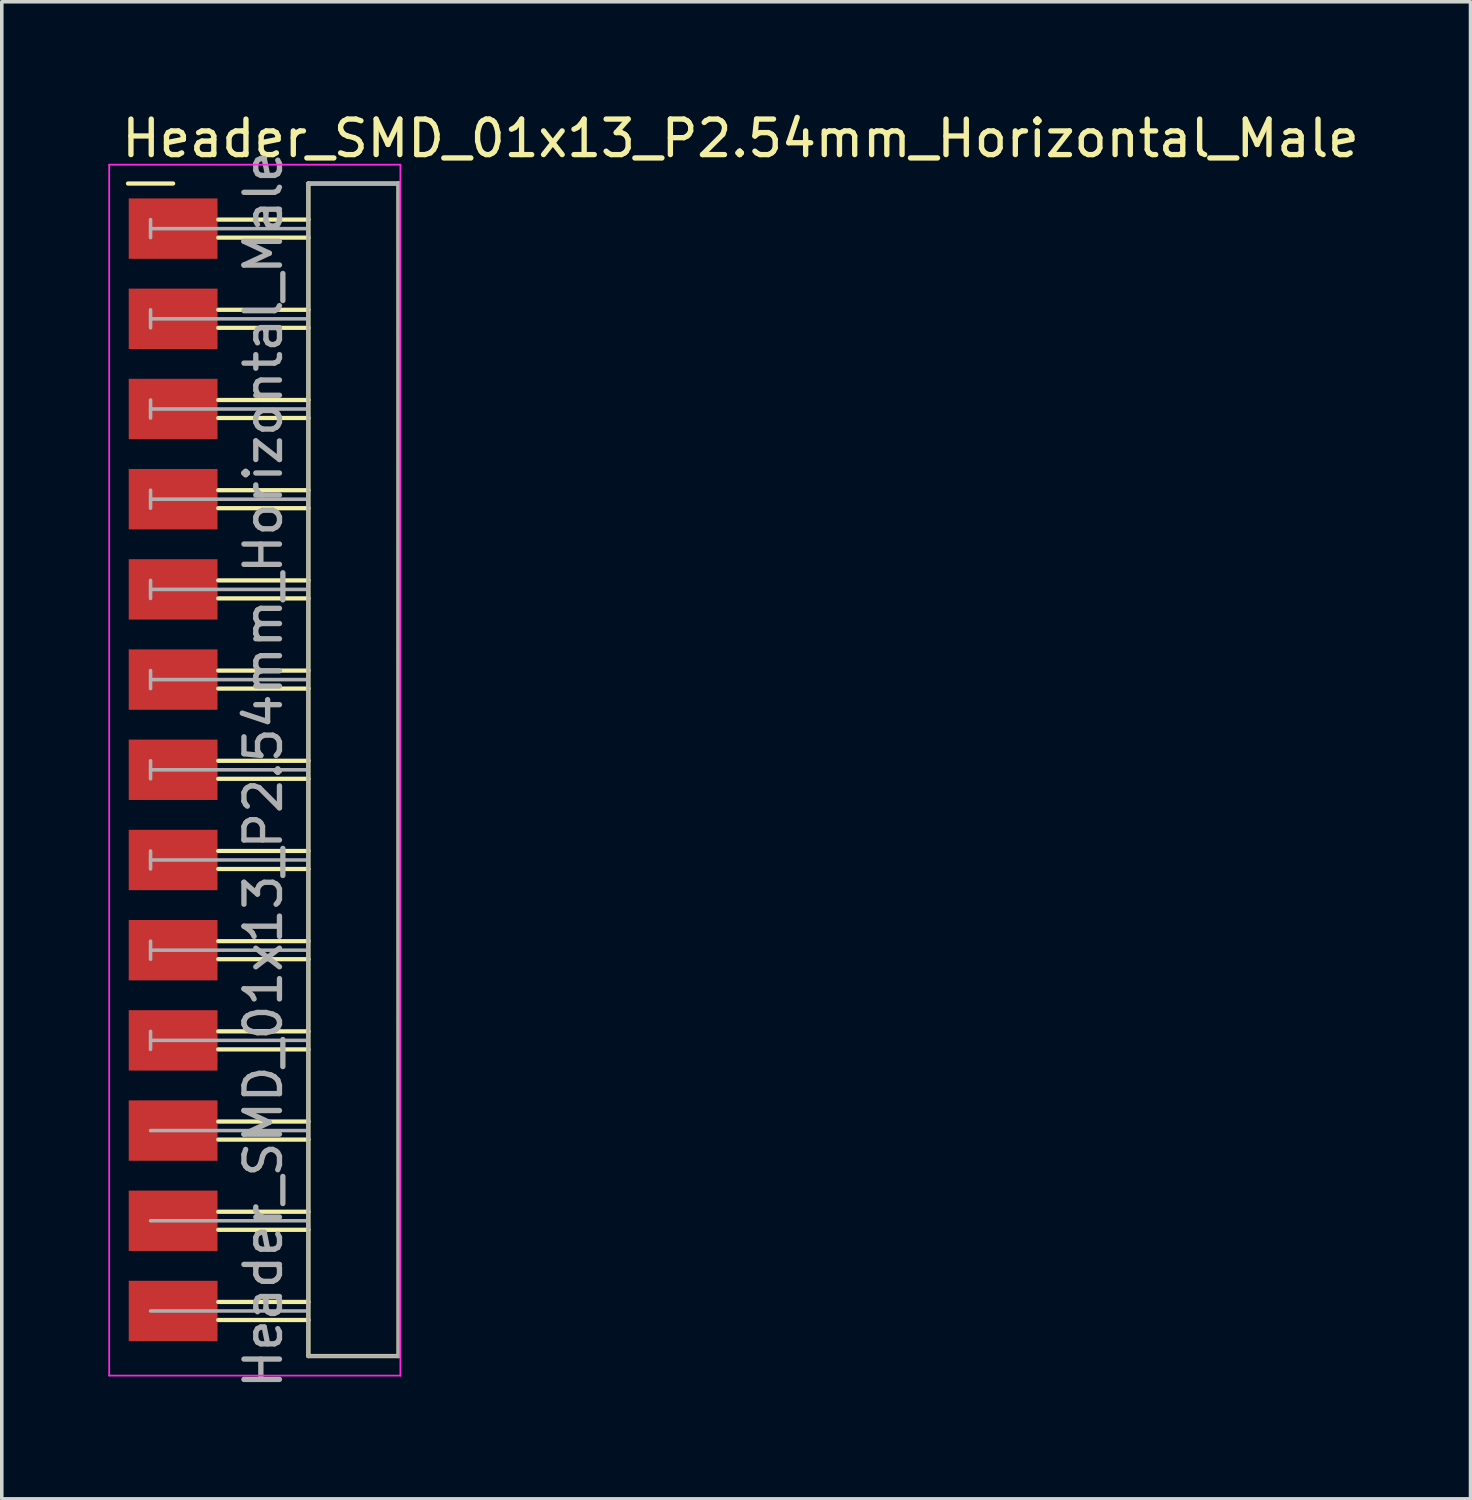
<source format=kicad_pcb>
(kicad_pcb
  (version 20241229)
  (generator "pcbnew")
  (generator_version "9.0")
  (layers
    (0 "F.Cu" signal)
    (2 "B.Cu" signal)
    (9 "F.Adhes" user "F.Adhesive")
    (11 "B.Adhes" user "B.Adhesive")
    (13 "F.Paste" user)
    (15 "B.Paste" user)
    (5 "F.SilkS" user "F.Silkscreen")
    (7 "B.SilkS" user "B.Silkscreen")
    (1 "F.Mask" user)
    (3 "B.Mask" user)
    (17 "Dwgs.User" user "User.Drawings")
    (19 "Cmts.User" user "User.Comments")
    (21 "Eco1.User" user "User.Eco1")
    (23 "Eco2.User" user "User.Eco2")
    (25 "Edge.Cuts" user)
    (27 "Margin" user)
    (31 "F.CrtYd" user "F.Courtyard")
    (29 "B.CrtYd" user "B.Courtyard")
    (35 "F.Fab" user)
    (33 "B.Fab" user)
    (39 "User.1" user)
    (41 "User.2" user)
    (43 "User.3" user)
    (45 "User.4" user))
  (footprint "Header_SMD_01x13_P2.54mm_Horizontal_Male"
    (layer "F.Cu")
    (at 1.825 3.388)
    (property "Reference" "Header_SMD_01x13_P2.54mm_Horizontal_Male" (at -1.524 -2.54 180) (layer "F.SilkS") (effects (font (size 1 1) (thickness 0.15)) (justify left)))
    (attr smd)
    (fp_line (start -1.27 -1.27) (end 0 -1.27) (stroke (width 0.12) (type solid)) (layer "F.SilkS"))
    (fp_line (start 3.81 -1.27) (end 6.35 -1.27) (stroke (width 0.12) (type solid)) (layer "F.SilkS"))
    (fp_line (start 3.81 -0.254) (end 1.27 -0.254) (stroke (width 0.12) (type solid)) (layer "F.SilkS"))
    (fp_line (start 3.81 0.254) (end 1.27 0.254) (stroke (width 0.12) (type solid)) (layer "F.SilkS"))
    (fp_line (start 3.81 2.286) (end 1.27 2.286) (stroke (width 0.12) (type solid)) (layer "F.SilkS"))
    (fp_line (start 3.81 2.794) (end 1.27 2.794) (stroke (width 0.12) (type solid)) (layer "F.SilkS"))
    (fp_line (start 3.81 4.826) (end 1.27 4.826) (stroke (width 0.12) (type solid)) (layer "F.SilkS"))
    (fp_line (start 3.81 5.334) (end 1.27 5.334) (stroke (width 0.12) (type solid)) (layer "F.SilkS"))
    (fp_line (start 3.81 7.366) (end 1.27 7.366) (stroke (width 0.12) (type solid)) (layer "F.SilkS"))
    (fp_line (start 3.81 7.874) (end 1.27 7.874) (stroke (width 0.12) (type solid)) (layer "F.SilkS"))
    (fp_line (start 3.81 9.906) (end 1.27 9.906) (stroke (width 0.12) (type solid)) (layer "F.SilkS"))
    (fp_line (start 3.81 10.414) (end 1.27 10.414) (stroke (width 0.12) (type solid)) (layer "F.SilkS"))
    (fp_line (start 3.81 12.446) (end 1.27 12.446) (stroke (width 0.12) (type solid)) (layer "F.SilkS"))
    (fp_line (start 3.81 12.954) (end 1.27 12.954) (stroke (width 0.12) (type solid)) (layer "F.SilkS"))
    (fp_line (start 3.81 14.986) (end 1.27 14.986) (stroke (width 0.12) (type solid)) (layer "F.SilkS"))
    (fp_line (start 3.81 15.494) (end 1.27 15.494) (stroke (width 0.12) (type solid)) (layer "F.SilkS"))
    (fp_line (start 3.81 17.526) (end 1.27 17.526) (stroke (width 0.12) (type solid)) (layer "F.SilkS"))
    (fp_line (start 3.81 18.034) (end 1.27 18.034) (stroke (width 0.12) (type solid)) (layer "F.SilkS"))
    (fp_line (start 3.81 20.066) (end 1.27 20.066) (stroke (width 0.12) (type solid)) (layer "F.SilkS"))
    (fp_line (start 3.81 20.574) (end 1.27 20.574) (stroke (width 0.12) (type solid)) (layer "F.SilkS"))
    (fp_line (start 3.81 22.606) (end 1.27 22.606) (stroke (width 0.12) (type solid)) (layer "F.SilkS"))
    (fp_line (start 3.81 23.114) (end 1.27 23.114) (stroke (width 0.12) (type solid)) (layer "F.SilkS"))
    (fp_line (start 3.81 25.146) (end 1.27 25.146) (stroke (width 0.12) (type solid)) (layer "F.SilkS"))
    (fp_line (start 3.81 25.654) (end 1.27 25.654) (stroke (width 0.12) (type solid)) (layer "F.SilkS"))
    (fp_line (start 3.81 27.686) (end 1.27 27.686) (stroke (width 0.12) (type solid)) (layer "F.SilkS"))
    (fp_line (start 3.81 28.194) (end 1.27 28.194) (stroke (width 0.12) (type solid)) (layer "F.SilkS"))
    (fp_line (start 3.81 30.226) (end 1.27 30.226) (stroke (width 0.12) (type solid)) (layer "F.SilkS"))
    (fp_line (start 3.81 30.734) (end 1.27 30.734) (stroke (width 0.12) (type solid)) (layer "F.SilkS"))
    (fp_line (start 3.81 31.75) (end 3.81 -1.27) (stroke (width 0.12) (type solid)) (layer "F.SilkS"))
    (fp_line (start 6.35 -1.27) (end 6.35 31.75) (stroke (width 0.12) (type solid)) (layer "F.SilkS"))
    (fp_line (start 6.35 31.75) (end 3.81 31.75) (stroke (width 0.12) (type solid)) (layer "F.SilkS"))
    (fp_line (start -1.8 -1.8) (end -1.8 32.3) (stroke (width 0.05) (type solid)) (layer "F.CrtYd"))
    (fp_line (start -1.8 32.3) (end 6.4 32.3) (stroke (width 0.05) (type solid)) (layer "F.CrtYd"))
    (fp_line (start 6.4 -1.8) (end -1.8 -1.8) (stroke (width 0.05) (type solid)) (layer "F.CrtYd"))
    (fp_line (start 6.4 32.3) (end 6.4 -1.8) (stroke (width 0.05) (type solid)) (layer "F.CrtYd"))
    (fp_line (start -0.635 -0.254) (end -0.635 0.254) (stroke (width 0.1) (type solid)) (layer "F.Fab"))
    (fp_line (start -0.635 2.286) (end -0.635 2.794) (stroke (width 0.1) (type solid)) (layer "F.Fab"))
    (fp_line (start -0.635 4.826) (end -0.635 5.334) (stroke (width 0.1) (type solid)) (layer "F.Fab"))
    (fp_line (start -0.635 7.366) (end -0.635 7.874) (stroke (width 0.1) (type solid)) (layer "F.Fab"))
    (fp_line (start -0.635 9.906) (end -0.635 10.414) (stroke (width 0.1) (type solid)) (layer "F.Fab"))
    (fp_line (start -0.635 12.446) (end -0.635 12.954) (stroke (width 0.1) (type solid)) (layer "F.Fab"))
    (fp_line (start -0.635 14.986) (end -0.635 15.494) (stroke (width 0.1) (type solid)) (layer "F.Fab"))
    (fp_line (start -0.635 17.526) (end -0.635 18.034) (stroke (width 0.1) (type solid)) (layer "F.Fab"))
    (fp_line (start -0.635 20.066) (end -0.635 20.574) (stroke (width 0.1) (type solid)) (layer "F.Fab"))
    (fp_line (start -0.635 22.606) (end -0.635 23.114) (stroke (width 0.1) (type solid)) (layer "F.Fab"))
    (fp_line (start 3.8 -1.27) (end 6.34 -1.27) (stroke (width 0.1) (type solid)) (layer "F.Fab"))
    (fp_line (start 3.8 31.75) (end 3.8 -1.27) (stroke (width 0.1) (type solid)) (layer "F.Fab"))
    (fp_line (start 3.8 31.75) (end 6.35 31.75) (stroke (width 0.1) (type solid)) (layer "F.Fab"))
    (fp_line (start 3.81 0) (end -0.635 0) (stroke (width 0.1) (type solid)) (layer "F.Fab"))
    (fp_line (start 3.81 2.54) (end -0.635 2.54) (stroke (width 0.1) (type solid)) (layer "F.Fab"))
    (fp_line (start 3.81 5.08) (end -0.635 5.08) (stroke (width 0.1) (type solid)) (layer "F.Fab"))
    (fp_line (start 3.81 7.62) (end -0.635 7.62) (stroke (width 0.1) (type solid)) (layer "F.Fab"))
    (fp_line (start 3.81 10.16) (end -0.635 10.16) (stroke (width 0.1) (type solid)) (layer "F.Fab"))
    (fp_line (start 3.81 12.7) (end -0.635 12.7) (stroke (width 0.1) (type solid)) (layer "F.Fab"))
    (fp_line (start 3.81 15.24) (end -0.635 15.24) (stroke (width 0.1) (type solid)) (layer "F.Fab"))
    (fp_line (start 3.81 17.78) (end -0.635 17.78) (stroke (width 0.1) (type solid)) (layer "F.Fab"))
    (fp_line (start 3.81 20.32) (end -0.635 20.32) (stroke (width 0.1) (type solid)) (layer "F.Fab"))
    (fp_line (start 3.81 22.86) (end -0.635 22.86) (stroke (width 0.1) (type solid)) (layer "F.Fab"))
    (fp_line (start 3.81 25.4) (end -0.635 25.4) (stroke (width 0.1) (type solid)) (layer "F.Fab"))
    (fp_line (start 3.81 27.94) (end -0.635 27.94) (stroke (width 0.1) (type solid)) (layer "F.Fab"))
    (fp_line (start 3.81 30.48) (end -0.635 30.48) (stroke (width 0.1) (type solid)) (layer "F.Fab"))
    (fp_line (start 6.34 -1.27) (end 6.35 31.75) (stroke (width 0.1) (type solid)) (layer "F.Fab"))
    (fp_text user "${REFERENCE}" (at 2.54 15.24 90) (layer "F.Fab") (effects (font (size 1 1) (thickness 0.15))))
    (pad "1" smd rect (at 0 0) (size 2.5 1.7) (layers "F.Cu" "F.Mask" "F.Paste"))
    (pad "2" smd rect (at 0 2.54) (size 2.5 1.7) (layers "F.Cu" "F.Mask" "F.Paste"))
    (pad "3" smd rect (at 0 5.08) (size 2.5 1.7) (layers "F.Cu" "F.Mask" "F.Paste"))
    (pad "4" smd rect (at 0 7.62) (size 2.5 1.7) (layers "F.Cu" "F.Mask" "F.Paste"))
    (pad "5" smd rect (at 0 10.16) (size 2.5 1.7) (layers "F.Cu" "F.Mask" "F.Paste"))
    (pad "6" smd rect (at 0 12.7) (size 2.5 1.7) (layers "F.Cu" "F.Mask" "F.Paste"))
    (pad "7" smd rect (at 0 15.24) (size 2.5 1.7) (layers "F.Cu" "F.Mask" "F.Paste"))
    (pad "8" smd rect (at 0 17.78) (size 2.5 1.7) (layers "F.Cu" "F.Mask" "F.Paste"))
    (pad "9" smd rect (at 0 20.32) (size 2.5 1.7) (layers "F.Cu" "F.Mask" "F.Paste"))
    (pad "10" smd rect (at 0 22.86) (size 2.5 1.7) (layers "F.Cu" "F.Mask" "F.Paste"))
    (pad "11" smd rect (at 0 25.4) (size 2.5 1.7) (layers "F.Cu" "F.Mask" "F.Paste"))
    (pad "12" smd rect (at 0 27.94) (size 2.5 1.7) (layers "F.Cu" "F.Mask" "F.Paste"))
    (pad "13" smd rect (at 0 30.48) (size 2.5 1.7) (layers "F.Cu" "F.Mask" "F.Paste")))
  (gr_rect
    (start -3 -3)
    (end 38.361 39.158)
    (stroke (width 0.1) (type default))
    (fill no)
    (layer "Edge.Cuts")))
</source>
